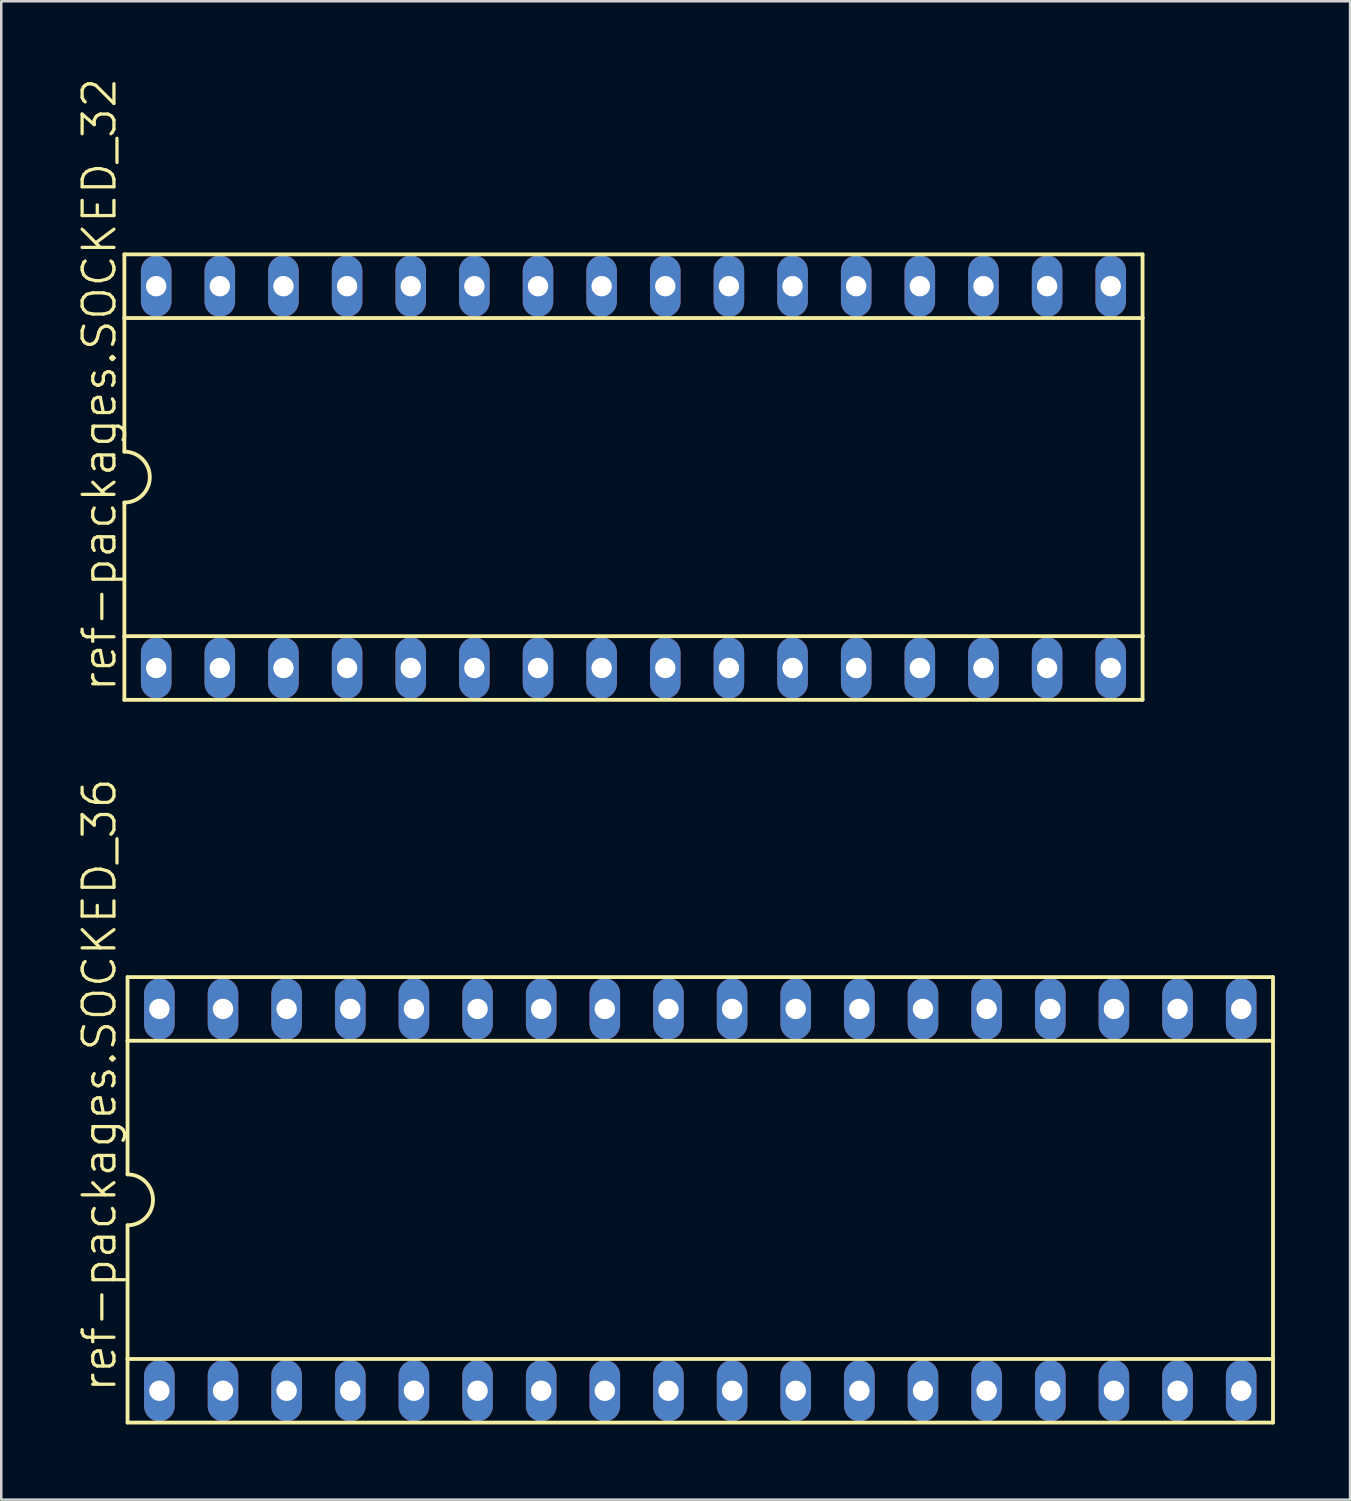
<source format=kicad_pcb>
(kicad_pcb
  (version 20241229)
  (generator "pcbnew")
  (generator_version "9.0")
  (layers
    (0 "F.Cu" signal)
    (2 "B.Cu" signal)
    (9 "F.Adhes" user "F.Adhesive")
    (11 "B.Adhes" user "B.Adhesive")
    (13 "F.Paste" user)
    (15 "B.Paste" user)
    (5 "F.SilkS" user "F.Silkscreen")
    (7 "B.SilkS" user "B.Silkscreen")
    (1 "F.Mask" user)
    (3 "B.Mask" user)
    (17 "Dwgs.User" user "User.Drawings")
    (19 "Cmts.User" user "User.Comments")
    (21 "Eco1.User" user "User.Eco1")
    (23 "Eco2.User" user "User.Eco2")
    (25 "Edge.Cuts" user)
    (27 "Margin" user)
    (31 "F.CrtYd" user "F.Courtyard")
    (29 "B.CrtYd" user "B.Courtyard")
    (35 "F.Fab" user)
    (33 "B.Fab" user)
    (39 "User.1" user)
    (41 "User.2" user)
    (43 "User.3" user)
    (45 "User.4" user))
  (footprint "ref-packages.SOCKED_36"
    (layer "F.Cu")
    (at 24.901 44.841)
    (property "Reference" "ref-packages.SOCKED_36" (at -23.241 7.747 90) (layer "F.SilkS") (effects (font (size 1.27 1.27) (thickness 0.13)) (justify left bottom)))
    (attr through_hole)
    (fp_line (start -22.86 -8.89) (end -22.86 -6.35) (stroke (width 0.152) (type default)) (layer "F.SilkS"))
    (fp_line (start -22.86 -6.35) (end -22.86 -1.016) (stroke (width 0.152) (type default)) (layer "F.SilkS"))
    (fp_line (start -22.86 -6.35) (end 22.86 -6.35) (stroke (width 0.152) (type default)) (layer "F.SilkS"))
    (fp_line (start -22.86 6.35) (end -22.86 1.016) (stroke (width 0.152) (type default)) (layer "F.SilkS"))
    (fp_line (start -22.86 6.35) (end 22.86 6.35) (stroke (width 0.152) (type default)) (layer "F.SilkS"))
    (fp_line (start -22.86 8.89) (end -22.86 6.35) (stroke (width 0.152) (type default)) (layer "F.SilkS"))
    (fp_line (start -22.86 8.89) (end 22.86 8.89) (stroke (width 0.152) (type default)) (layer "F.SilkS"))
    (fp_line (start 22.86 -8.89) (end -22.86 -8.89) (stroke (width 0.152) (type default)) (layer "F.SilkS"))
    (fp_line (start 22.86 -8.89) (end 22.86 -6.35) (stroke (width 0.152) (type default)) (layer "F.SilkS"))
    (fp_line (start 22.86 -6.35) (end 22.86 6.35) (stroke (width 0.152) (type default)) (layer "F.SilkS"))
    (fp_line (start 22.86 6.35) (end 22.86 8.89) (stroke (width 0.152) (type default)) (layer "F.SilkS"))
    (fp_arc (start -22.86 -1.016) (mid -21.844 0) (end -22.86 1.016) (stroke (width 0.1524) (type default)) (layer "F.SilkS"))
    (pad "1" thru_hole oval (at -21.59 7.62 90) (size 2.438 1.219) (drill 0.813) (layers "*.Cu" "*.Mask"))
    (pad "2" thru_hole oval (at -19.05 7.62 90) (size 2.438 1.219) (drill 0.813) (layers "*.Cu" "*.Mask"))
    (pad "3" thru_hole oval (at -16.51 7.62 90) (size 2.438 1.219) (drill 0.813) (layers "*.Cu" "*.Mask"))
    (pad "4" thru_hole oval (at -13.97 7.62 90) (size 2.438 1.219) (drill 0.813) (layers "*.Cu" "*.Mask"))
    (pad "5" thru_hole oval (at -11.43 7.62 90) (size 2.438 1.219) (drill 0.813) (layers "*.Cu" "*.Mask"))
    (pad "6" thru_hole oval (at -8.89 7.62 90) (size 2.438 1.219) (drill 0.813) (layers "*.Cu" "*.Mask"))
    (pad "7" thru_hole oval (at -6.35 7.62 90) (size 2.438 1.219) (drill 0.813) (layers "*.Cu" "*.Mask"))
    (pad "8" thru_hole oval (at -3.81 7.62 90) (size 2.438 1.219) (drill 0.813) (layers "*.Cu" "*.Mask"))
    (pad "9" thru_hole oval (at -1.27 7.62 90) (size 2.438 1.219) (drill 0.813) (layers "*.Cu" "*.Mask"))
    (pad "10" thru_hole oval (at 1.27 7.62 90) (size 2.438 1.219) (drill 0.813) (layers "*.Cu" "*.Mask"))
    (pad "11" thru_hole oval (at 3.81 7.62 90) (size 2.438 1.219) (drill 0.813) (layers "*.Cu" "*.Mask"))
    (pad "12" thru_hole oval (at 6.35 7.62 90) (size 2.438 1.219) (drill 0.813) (layers "*.Cu" "*.Mask"))
    (pad "13" thru_hole oval (at 8.89 7.62 90) (size 2.438 1.219) (drill 0.813) (layers "*.Cu" "*.Mask"))
    (pad "14" thru_hole oval (at 11.43 7.62 90) (size 2.438 1.219) (drill 0.813) (layers "*.Cu" "*.Mask"))
    (pad "15" thru_hole oval (at 13.97 7.62 90) (size 2.438 1.219) (drill 0.813) (layers "*.Cu" "*.Mask"))
    (pad "16" thru_hole oval (at 16.51 7.62 90) (size 2.438 1.219) (drill 0.813) (layers "*.Cu" "*.Mask"))
    (pad "17" thru_hole oval (at 19.05 7.62 90) (size 2.438 1.219) (drill 0.813) (layers "*.Cu" "*.Mask"))
    (pad "18" thru_hole oval (at 21.59 7.62 90) (size 2.438 1.219) (drill 0.813) (layers "*.Cu" "*.Mask"))
    (pad "19" thru_hole oval (at 21.59 -7.62 90) (size 2.438 1.219) (drill 0.813) (layers "*.Cu" "*.Mask"))
    (pad "20" thru_hole oval (at 19.05 -7.62 90) (size 2.438 1.219) (drill 0.813) (layers "*.Cu" "*.Mask"))
    (pad "21" thru_hole oval (at 16.51 -7.62 90) (size 2.438 1.219) (drill 0.813) (layers "*.Cu" "*.Mask"))
    (pad "22" thru_hole oval (at 13.97 -7.62 90) (size 2.438 1.219) (drill 0.813) (layers "*.Cu" "*.Mask"))
    (pad "23" thru_hole oval (at 11.43 -7.62 90) (size 2.438 1.219) (drill 0.813) (layers "*.Cu" "*.Mask"))
    (pad "24" thru_hole oval (at 8.89 -7.62 90) (size 2.438 1.219) (drill 0.813) (layers "*.Cu" "*.Mask"))
    (pad "25" thru_hole oval (at 6.35 -7.62 90) (size 2.438 1.219) (drill 0.813) (layers "*.Cu" "*.Mask"))
    (pad "26" thru_hole oval (at 3.81 -7.62 90) (size 2.438 1.219) (drill 0.813) (layers "*.Cu" "*.Mask"))
    (pad "27" thru_hole oval (at 1.27 -7.62 90) (size 2.438 1.219) (drill 0.813) (layers "*.Cu" "*.Mask"))
    (pad "28" thru_hole oval (at -1.27 -7.62 90) (size 2.438 1.219) (drill 0.813) (layers "*.Cu" "*.Mask"))
    (pad "29" thru_hole oval (at -3.81 -7.62 90) (size 2.438 1.219) (drill 0.813) (layers "*.Cu" "*.Mask"))
    (pad "30" thru_hole oval (at -6.35 -7.62 90) (size 2.438 1.219) (drill 0.813) (layers "*.Cu" "*.Mask"))
    (pad "31" thru_hole oval (at -8.89 -7.62 90) (size 2.438 1.219) (drill 0.813) (layers "*.Cu" "*.Mask"))
    (pad "32" thru_hole oval (at -11.43 -7.62 90) (size 2.438 1.219) (drill 0.813) (layers "*.Cu" "*.Mask"))
    (pad "33" thru_hole oval (at -13.97 -7.62 90) (size 2.438 1.219) (drill 0.813) (layers "*.Cu" "*.Mask"))
    (pad "34" thru_hole oval (at -16.51 -7.62 90) (size 2.438 1.219) (drill 0.813) (layers "*.Cu" "*.Mask"))
    (pad "35" thru_hole oval (at -19.05 -7.62 90) (size 2.438 1.219) (drill 0.813) (layers "*.Cu" "*.Mask"))
    (pad "36" thru_hole oval (at -21.59 -7.62 90) (size 2.438 1.219) (drill 0.813) (layers "*.Cu" "*.Mask")))
  (footprint "ref-packages.SOCKED_32"
    (layer "F.Cu")
    (at 22.234 15.993)
    (property "Reference" "ref-packages.SOCKED_32" (at -20.574 8.636 90) (layer "F.SilkS") (effects (font (size 1.27 1.27) (thickness 0.13)) (justify left bottom)))
    (attr through_hole)
    (fp_line (start -20.32 -8.89) (end -20.32 -6.35) (stroke (width 0.152) (type default)) (layer "F.SilkS"))
    (fp_line (start -20.32 -6.35) (end -20.32 -1.016) (stroke (width 0.152) (type default)) (layer "F.SilkS"))
    (fp_line (start -20.32 -6.35) (end 20.32 -6.35) (stroke (width 0.152) (type default)) (layer "F.SilkS"))
    (fp_line (start -20.32 6.35) (end -20.32 1.016) (stroke (width 0.152) (type default)) (layer "F.SilkS"))
    (fp_line (start -20.32 6.35) (end 20.32 6.35) (stroke (width 0.152) (type default)) (layer "F.SilkS"))
    (fp_line (start -20.32 8.89) (end -20.32 6.35) (stroke (width 0.152) (type default)) (layer "F.SilkS"))
    (fp_line (start -20.32 8.89) (end 20.32 8.89) (stroke (width 0.152) (type default)) (layer "F.SilkS"))
    (fp_line (start 20.32 -8.89) (end -20.32 -8.89) (stroke (width 0.152) (type default)) (layer "F.SilkS"))
    (fp_line (start 20.32 -8.89) (end 20.32 -6.35) (stroke (width 0.152) (type default)) (layer "F.SilkS"))
    (fp_line (start 20.32 -6.35) (end 20.32 6.35) (stroke (width 0.152) (type default)) (layer "F.SilkS"))
    (fp_line (start 20.32 6.35) (end 20.32 8.89) (stroke (width 0.152) (type default)) (layer "F.SilkS"))
    (fp_arc (start -20.32 -1.016) (mid -19.304 0) (end -20.32 1.016) (stroke (width 0.1524) (type default)) (layer "F.SilkS"))
    (pad "1" thru_hole oval (at -19.05 7.62 90) (size 2.438 1.219) (drill 0.813) (layers "*.Cu" "*.Mask"))
    (pad "2" thru_hole oval (at -16.51 7.62 90) (size 2.438 1.219) (drill 0.813) (layers "*.Cu" "*.Mask"))
    (pad "3" thru_hole oval (at -13.97 7.62 90) (size 2.438 1.219) (drill 0.813) (layers "*.Cu" "*.Mask"))
    (pad "4" thru_hole oval (at -11.43 7.62 90) (size 2.438 1.219) (drill 0.813) (layers "*.Cu" "*.Mask"))
    (pad "5" thru_hole oval (at -8.89 7.62 90) (size 2.438 1.219) (drill 0.813) (layers "*.Cu" "*.Mask"))
    (pad "6" thru_hole oval (at -6.35 7.62 90) (size 2.438 1.219) (drill 0.813) (layers "*.Cu" "*.Mask"))
    (pad "7" thru_hole oval (at -3.81 7.62 90) (size 2.438 1.219) (drill 0.813) (layers "*.Cu" "*.Mask"))
    (pad "8" thru_hole oval (at -1.27 7.62 90) (size 2.438 1.219) (drill 0.813) (layers "*.Cu" "*.Mask"))
    (pad "9" thru_hole oval (at 1.27 7.62 90) (size 2.438 1.219) (drill 0.813) (layers "*.Cu" "*.Mask"))
    (pad "10" thru_hole oval (at 3.81 7.62 90) (size 2.438 1.219) (drill 0.813) (layers "*.Cu" "*.Mask"))
    (pad "11" thru_hole oval (at 6.35 7.62 90) (size 2.438 1.219) (drill 0.813) (layers "*.Cu" "*.Mask"))
    (pad "12" thru_hole oval (at 8.89 7.62 90) (size 2.438 1.219) (drill 0.813) (layers "*.Cu" "*.Mask"))
    (pad "13" thru_hole oval (at 11.43 7.62 90) (size 2.438 1.219) (drill 0.813) (layers "*.Cu" "*.Mask"))
    (pad "14" thru_hole oval (at 13.97 7.62 90) (size 2.438 1.219) (drill 0.813) (layers "*.Cu" "*.Mask"))
    (pad "15" thru_hole oval (at 16.51 7.62 90) (size 2.438 1.219) (drill 0.813) (layers "*.Cu" "*.Mask"))
    (pad "16" thru_hole oval (at 19.05 7.62 90) (size 2.438 1.219) (drill 0.813) (layers "*.Cu" "*.Mask"))
    (pad "17" thru_hole oval (at 19.05 -7.62 90) (size 2.438 1.219) (drill 0.813) (layers "*.Cu" "*.Mask"))
    (pad "18" thru_hole oval (at 16.51 -7.62 90) (size 2.438 1.219) (drill 0.813) (layers "*.Cu" "*.Mask"))
    (pad "19" thru_hole oval (at 13.97 -7.62 90) (size 2.438 1.219) (drill 0.813) (layers "*.Cu" "*.Mask"))
    (pad "20" thru_hole oval (at 11.43 -7.62 90) (size 2.438 1.219) (drill 0.813) (layers "*.Cu" "*.Mask"))
    (pad "21" thru_hole oval (at 8.89 -7.62 90) (size 2.438 1.219) (drill 0.813) (layers "*.Cu" "*.Mask"))
    (pad "22" thru_hole oval (at 6.35 -7.62 90) (size 2.438 1.219) (drill 0.813) (layers "*.Cu" "*.Mask"))
    (pad "23" thru_hole oval (at 3.81 -7.62 90) (size 2.438 1.219) (drill 0.813) (layers "*.Cu" "*.Mask"))
    (pad "24" thru_hole oval (at 1.27 -7.62 90) (size 2.438 1.219) (drill 0.813) (layers "*.Cu" "*.Mask"))
    (pad "25" thru_hole oval (at -1.27 -7.62 90) (size 2.438 1.219) (drill 0.813) (layers "*.Cu" "*.Mask"))
    (pad "26" thru_hole oval (at -3.81 -7.62 90) (size 2.438 1.219) (drill 0.813) (layers "*.Cu" "*.Mask"))
    (pad "27" thru_hole oval (at -6.35 -7.62 90) (size 2.438 1.219) (drill 0.813) (layers "*.Cu" "*.Mask"))
    (pad "28" thru_hole oval (at -8.89 -7.62 90) (size 2.438 1.219) (drill 0.813) (layers "*.Cu" "*.Mask"))
    (pad "29" thru_hole oval (at -11.43 -7.62 90) (size 2.438 1.219) (drill 0.813) (layers "*.Cu" "*.Mask"))
    (pad "30" thru_hole oval (at -13.97 -7.62 90) (size 2.438 1.219) (drill 0.813) (layers "*.Cu" "*.Mask"))
    (pad "31" thru_hole oval (at -16.51 -7.62 90) (size 2.438 1.219) (drill 0.813) (layers "*.Cu" "*.Mask"))
    (pad "32" thru_hole oval (at -19.05 -7.62 90) (size 2.438 1.219) (drill 0.813) (layers "*.Cu" "*.Mask")))
  (gr_rect
    (start -3 -3)
    (end 50.837 56.807)
    (stroke (width 0.1) (type default))
    (fill no)
    (layer "Edge.Cuts")))
</source>
